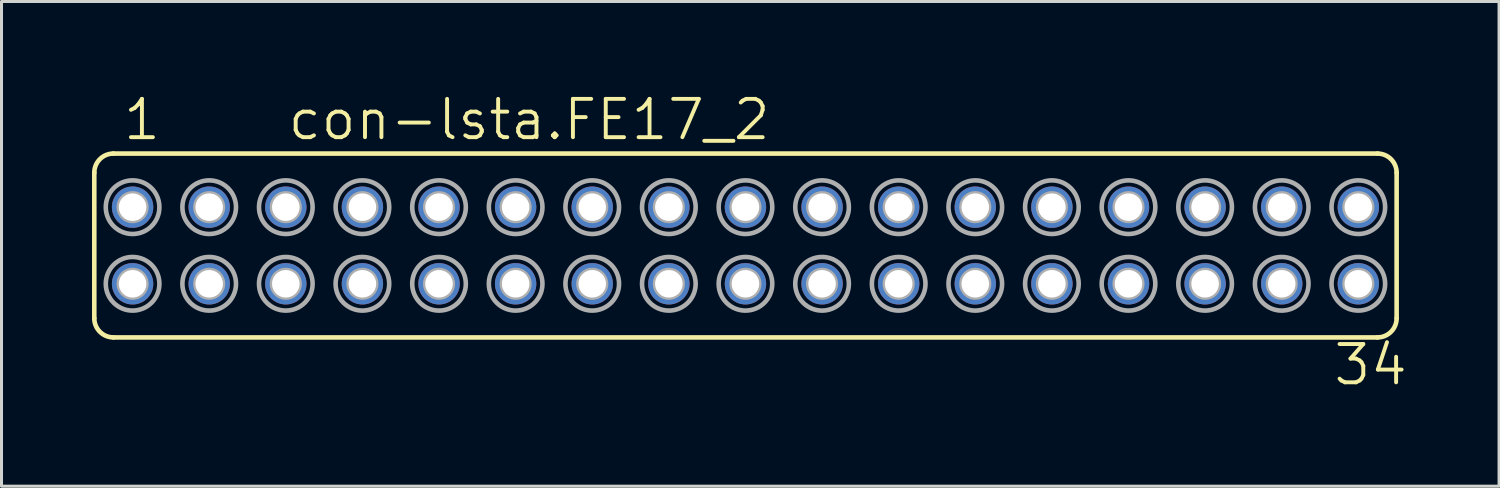
<source format=kicad_pcb>
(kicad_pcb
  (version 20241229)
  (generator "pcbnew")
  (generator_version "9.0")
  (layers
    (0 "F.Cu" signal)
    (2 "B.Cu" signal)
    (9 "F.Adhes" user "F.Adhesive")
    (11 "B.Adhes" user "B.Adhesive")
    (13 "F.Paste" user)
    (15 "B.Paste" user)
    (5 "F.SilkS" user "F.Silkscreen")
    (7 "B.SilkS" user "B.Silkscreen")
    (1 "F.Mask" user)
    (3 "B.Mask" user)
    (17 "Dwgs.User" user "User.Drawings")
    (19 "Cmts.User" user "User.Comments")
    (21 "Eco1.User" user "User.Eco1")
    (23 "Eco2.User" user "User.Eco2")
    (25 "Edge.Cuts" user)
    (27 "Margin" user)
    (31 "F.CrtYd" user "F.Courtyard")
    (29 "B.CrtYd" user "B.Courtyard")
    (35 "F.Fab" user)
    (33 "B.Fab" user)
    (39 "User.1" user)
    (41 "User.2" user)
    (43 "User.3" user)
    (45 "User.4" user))
  (footprint "con-lsta.FE17_2"
    (layer "F.Cu")
    (at 21.666 5.089)
    (property "Reference" "con-lsta.FE17_2" (at -15.24 -3.429 0) (layer "F.SilkS") (effects (font (size 1.27 1.27) (thickness 0.13)) (justify left bottom)))
    (attr through_hole)
    (fp_line (start -21.59 2.413) (end -21.59 -2.413) (stroke (width 0.152) (type default)) (layer "F.SilkS"))
    (fp_line (start -20.955 -3.048) (end 20.955 -3.048) (stroke (width 0.152) (type default)) (layer "F.SilkS"))
    (fp_line (start -20.955 3.048) (end 20.955 3.048) (stroke (width 0.152) (type default)) (layer "F.SilkS"))
    (fp_line (start 21.59 2.413) (end 21.59 -2.413) (stroke (width 0.152) (type default)) (layer "F.SilkS"))
    (fp_arc (start -21.59 -2.413) (mid -21.404013 -2.862013) (end -20.955 -3.048) (stroke (width 0.1524) (type default)) (layer "F.SilkS"))
    (fp_arc (start -20.955 3.048) (mid -21.404013 2.862013) (end -21.59 2.413) (stroke (width 0.1524) (type default)) (layer "F.SilkS"))
    (fp_arc (start 20.955 -3.048) (mid 21.404013 -2.862013) (end 21.59 -2.413) (stroke (width 0.1524) (type default)) (layer "F.SilkS"))
    (fp_arc (start 21.59 2.413) (mid 21.404013 2.862013) (end 20.955 3.048) (stroke (width 0.1524) (type default)) (layer "F.SilkS"))
    (fp_circle (center -20.32 -1.27) (end -20.193 -1.27) (stroke (width 0.406) (type default)) (fill no) (layer "F.Fab"))
    (fp_circle (center -20.32 -1.27) (end -19.431 -1.27) (stroke (width 0.152) (type default)) (fill no) (layer "F.Fab"))
    (fp_circle (center -20.32 1.27) (end -20.193 1.27) (stroke (width 0.406) (type default)) (fill no) (layer "F.Fab"))
    (fp_circle (center -20.32 1.27) (end -19.431 1.27) (stroke (width 0.152) (type default)) (fill no) (layer "F.Fab"))
    (fp_circle (center -17.78 -1.27) (end -17.653 -1.27) (stroke (width 0.406) (type default)) (fill no) (layer "F.Fab"))
    (fp_circle (center -17.78 -1.27) (end -16.891 -1.27) (stroke (width 0.152) (type default)) (fill no) (layer "F.Fab"))
    (fp_circle (center -17.78 1.27) (end -17.653 1.27) (stroke (width 0.406) (type default)) (fill no) (layer "F.Fab"))
    (fp_circle (center -17.78 1.27) (end -16.891 1.27) (stroke (width 0.152) (type default)) (fill no) (layer "F.Fab"))
    (fp_circle (center -15.24 -1.27) (end -15.113 -1.27) (stroke (width 0.406) (type default)) (fill no) (layer "F.Fab"))
    (fp_circle (center -15.24 -1.27) (end -14.351 -1.27) (stroke (width 0.152) (type default)) (fill no) (layer "F.Fab"))
    (fp_circle (center -15.24 1.27) (end -15.113 1.27) (stroke (width 0.406) (type default)) (fill no) (layer "F.Fab"))
    (fp_circle (center -15.24 1.27) (end -14.351 1.27) (stroke (width 0.152) (type default)) (fill no) (layer "F.Fab"))
    (fp_circle (center -12.7 -1.27) (end -12.573 -1.27) (stroke (width 0.406) (type default)) (fill no) (layer "F.Fab"))
    (fp_circle (center -12.7 -1.27) (end -11.811 -1.27) (stroke (width 0.152) (type default)) (fill no) (layer "F.Fab"))
    (fp_circle (center -12.7 1.27) (end -12.573 1.27) (stroke (width 0.406) (type default)) (fill no) (layer "F.Fab"))
    (fp_circle (center -12.7 1.27) (end -11.811 1.27) (stroke (width 0.152) (type default)) (fill no) (layer "F.Fab"))
    (fp_circle (center -10.16 -1.27) (end -10.033 -1.27) (stroke (width 0.406) (type default)) (fill no) (layer "F.Fab"))
    (fp_circle (center -10.16 -1.27) (end -9.271 -1.27) (stroke (width 0.152) (type default)) (fill no) (layer "F.Fab"))
    (fp_circle (center -10.16 1.27) (end -10.033 1.27) (stroke (width 0.406) (type default)) (fill no) (layer "F.Fab"))
    (fp_circle (center -10.16 1.27) (end -9.271 1.27) (stroke (width 0.152) (type default)) (fill no) (layer "F.Fab"))
    (fp_circle (center -7.62 -1.27) (end -7.493 -1.27) (stroke (width 0.406) (type default)) (fill no) (layer "F.Fab"))
    (fp_circle (center -7.62 -1.27) (end -6.731 -1.27) (stroke (width 0.152) (type default)) (fill no) (layer "F.Fab"))
    (fp_circle (center -7.62 1.27) (end -7.493 1.27) (stroke (width 0.406) (type default)) (fill no) (layer "F.Fab"))
    (fp_circle (center -7.62 1.27) (end -6.731 1.27) (stroke (width 0.152) (type default)) (fill no) (layer "F.Fab"))
    (fp_circle (center -5.08 -1.27) (end -4.953 -1.27) (stroke (width 0.406) (type default)) (fill no) (layer "F.Fab"))
    (fp_circle (center -5.08 -1.27) (end -4.191 -1.27) (stroke (width 0.152) (type default)) (fill no) (layer "F.Fab"))
    (fp_circle (center -5.08 1.27) (end -4.953 1.27) (stroke (width 0.406) (type default)) (fill no) (layer "F.Fab"))
    (fp_circle (center -5.08 1.27) (end -4.191 1.27) (stroke (width 0.152) (type default)) (fill no) (layer "F.Fab"))
    (fp_circle (center -2.54 -1.27) (end -2.413 -1.27) (stroke (width 0.406) (type default)) (fill no) (layer "F.Fab"))
    (fp_circle (center -2.54 -1.27) (end -1.651 -1.27) (stroke (width 0.152) (type default)) (fill no) (layer "F.Fab"))
    (fp_circle (center -2.54 1.27) (end -2.413 1.27) (stroke (width 0.406) (type default)) (fill no) (layer "F.Fab"))
    (fp_circle (center -2.54 1.27) (end -1.651 1.27) (stroke (width 0.152) (type default)) (fill no) (layer "F.Fab"))
    (fp_circle (center 0 -1.27) (end 0.127 -1.27) (stroke (width 0.406) (type default)) (fill no) (layer "F.Fab"))
    (fp_circle (center 0 -1.27) (end 0.889 -1.27) (stroke (width 0.152) (type default)) (fill no) (layer "F.Fab"))
    (fp_circle (center 0 1.27) (end 0.127 1.27) (stroke (width 0.406) (type default)) (fill no) (layer "F.Fab"))
    (fp_circle (center 0 1.27) (end 0.889 1.27) (stroke (width 0.152) (type default)) (fill no) (layer "F.Fab"))
    (fp_circle (center 2.54 -1.27) (end 2.667 -1.27) (stroke (width 0.406) (type default)) (fill no) (layer "F.Fab"))
    (fp_circle (center 2.54 -1.27) (end 3.429 -1.27) (stroke (width 0.152) (type default)) (fill no) (layer "F.Fab"))
    (fp_circle (center 2.54 1.27) (end 2.667 1.27) (stroke (width 0.406) (type default)) (fill no) (layer "F.Fab"))
    (fp_circle (center 2.54 1.27) (end 3.429 1.27) (stroke (width 0.152) (type default)) (fill no) (layer "F.Fab"))
    (fp_circle (center 5.08 -1.27) (end 5.207 -1.27) (stroke (width 0.406) (type default)) (fill no) (layer "F.Fab"))
    (fp_circle (center 5.08 -1.27) (end 5.969 -1.27) (stroke (width 0.152) (type default)) (fill no) (layer "F.Fab"))
    (fp_circle (center 5.08 1.27) (end 5.207 1.27) (stroke (width 0.406) (type default)) (fill no) (layer "F.Fab"))
    (fp_circle (center 5.08 1.27) (end 5.969 1.27) (stroke (width 0.152) (type default)) (fill no) (layer "F.Fab"))
    (fp_circle (center 7.62 -1.27) (end 7.747 -1.27) (stroke (width 0.406) (type default)) (fill no) (layer "F.Fab"))
    (fp_circle (center 7.62 -1.27) (end 8.509 -1.27) (stroke (width 0.152) (type default)) (fill no) (layer "F.Fab"))
    (fp_circle (center 7.62 1.27) (end 7.747 1.27) (stroke (width 0.406) (type default)) (fill no) (layer "F.Fab"))
    (fp_circle (center 7.62 1.27) (end 8.509 1.27) (stroke (width 0.152) (type default)) (fill no) (layer "F.Fab"))
    (fp_circle (center 10.16 -1.27) (end 10.287 -1.27) (stroke (width 0.406) (type default)) (fill no) (layer "F.Fab"))
    (fp_circle (center 10.16 -1.27) (end 11.049 -1.27) (stroke (width 0.152) (type default)) (fill no) (layer "F.Fab"))
    (fp_circle (center 10.16 1.27) (end 10.287 1.27) (stroke (width 0.406) (type default)) (fill no) (layer "F.Fab"))
    (fp_circle (center 10.16 1.27) (end 11.049 1.27) (stroke (width 0.152) (type default)) (fill no) (layer "F.Fab"))
    (fp_circle (center 12.7 -1.27) (end 12.827 -1.27) (stroke (width 0.406) (type default)) (fill no) (layer "F.Fab"))
    (fp_circle (center 12.7 -1.27) (end 13.589 -1.27) (stroke (width 0.152) (type default)) (fill no) (layer "F.Fab"))
    (fp_circle (center 12.7 1.27) (end 12.827 1.27) (stroke (width 0.406) (type default)) (fill no) (layer "F.Fab"))
    (fp_circle (center 12.7 1.27) (end 13.589 1.27) (stroke (width 0.152) (type default)) (fill no) (layer "F.Fab"))
    (fp_circle (center 15.24 -1.27) (end 15.367 -1.27) (stroke (width 0.406) (type default)) (fill no) (layer "F.Fab"))
    (fp_circle (center 15.24 -1.27) (end 16.129 -1.27) (stroke (width 0.152) (type default)) (fill no) (layer "F.Fab"))
    (fp_circle (center 15.24 1.27) (end 15.367 1.27) (stroke (width 0.406) (type default)) (fill no) (layer "F.Fab"))
    (fp_circle (center 15.24 1.27) (end 16.129 1.27) (stroke (width 0.152) (type default)) (fill no) (layer "F.Fab"))
    (fp_circle (center 17.78 -1.27) (end 17.907 -1.27) (stroke (width 0.406) (type default)) (fill no) (layer "F.Fab"))
    (fp_circle (center 17.78 -1.27) (end 18.669 -1.27) (stroke (width 0.152) (type default)) (fill no) (layer "F.Fab"))
    (fp_circle (center 17.78 1.27) (end 17.907 1.27) (stroke (width 0.406) (type default)) (fill no) (layer "F.Fab"))
    (fp_circle (center 17.78 1.27) (end 18.669 1.27) (stroke (width 0.152) (type default)) (fill no) (layer "F.Fab"))
    (fp_circle (center 20.32 -1.27) (end 20.447 -1.27) (stroke (width 0.406) (type default)) (fill no) (layer "F.Fab"))
    (fp_circle (center 20.32 -1.27) (end 21.209 -1.27) (stroke (width 0.152) (type default)) (fill no) (layer "F.Fab"))
    (fp_circle (center 20.32 1.27) (end 20.447 1.27) (stroke (width 0.406) (type default)) (fill no) (layer "F.Fab"))
    (fp_circle (center 20.32 1.27) (end 21.209 1.27) (stroke (width 0.152) (type default)) (fill no) (layer "F.Fab"))
    (fp_text user "34" (at 19.431 4.699 0) (layer "F.SilkS") (effects (font (size 1.27 1.27) (thickness 0.13)) (justify left bottom)))
    (fp_text user "1" (at -20.701 -3.429 0) (layer "F.SilkS") (effects (font (size 1.27 1.27) (thickness 0.13)) (justify left bottom)))
    (pad "1" thru_hole circle (at -20.32 -1.27) (size 1.372 1.372) (drill 0.914) (layers "*.Cu" "*.Mask"))
    (pad "2" thru_hole circle (at -20.32 1.27) (size 1.372 1.372) (drill 0.914) (layers "*.Cu" "*.Mask"))
    (pad "3" thru_hole circle (at -17.78 -1.27) (size 1.372 1.372) (drill 0.914) (layers "*.Cu" "*.Mask"))
    (pad "4" thru_hole circle (at -17.78 1.27) (size 1.372 1.372) (drill 0.914) (layers "*.Cu" "*.Mask"))
    (pad "5" thru_hole circle (at -15.24 -1.27) (size 1.372 1.372) (drill 0.914) (layers "*.Cu" "*.Mask"))
    (pad "6" thru_hole circle (at -15.24 1.27) (size 1.372 1.372) (drill 0.914) (layers "*.Cu" "*.Mask"))
    (pad "7" thru_hole circle (at -12.7 -1.27) (size 1.372 1.372) (drill 0.914) (layers "*.Cu" "*.Mask"))
    (pad "8" thru_hole circle (at -12.7 1.27) (size 1.372 1.372) (drill 0.914) (layers "*.Cu" "*.Mask"))
    (pad "9" thru_hole circle (at -10.16 -1.27) (size 1.372 1.372) (drill 0.914) (layers "*.Cu" "*.Mask"))
    (pad "10" thru_hole circle (at -10.16 1.27) (size 1.372 1.372) (drill 0.914) (layers "*.Cu" "*.Mask"))
    (pad "11" thru_hole circle (at -7.62 -1.27) (size 1.372 1.372) (drill 0.914) (layers "*.Cu" "*.Mask"))
    (pad "12" thru_hole circle (at -7.62 1.27) (size 1.372 1.372) (drill 0.914) (layers "*.Cu" "*.Mask"))
    (pad "13" thru_hole circle (at -5.08 -1.27) (size 1.372 1.372) (drill 0.914) (layers "*.Cu" "*.Mask"))
    (pad "14" thru_hole circle (at -5.08 1.27) (size 1.372 1.372) (drill 0.914) (layers "*.Cu" "*.Mask"))
    (pad "15" thru_hole circle (at -2.54 -1.27) (size 1.372 1.372) (drill 0.914) (layers "*.Cu" "*.Mask"))
    (pad "16" thru_hole circle (at -2.54 1.27) (size 1.372 1.372) (drill 0.914) (layers "*.Cu" "*.Mask"))
    (pad "17" thru_hole circle (at 0 -1.27) (size 1.372 1.372) (drill 0.914) (layers "*.Cu" "*.Mask"))
    (pad "18" thru_hole circle (at 0 1.27) (size 1.372 1.372) (drill 0.914) (layers "*.Cu" "*.Mask"))
    (pad "19" thru_hole circle (at 2.54 -1.27) (size 1.372 1.372) (drill 0.914) (layers "*.Cu" "*.Mask"))
    (pad "20" thru_hole circle (at 2.54 1.27) (size 1.372 1.372) (drill 0.914) (layers "*.Cu" "*.Mask"))
    (pad "21" thru_hole circle (at 5.08 -1.27) (size 1.372 1.372) (drill 0.914) (layers "*.Cu" "*.Mask"))
    (pad "22" thru_hole circle (at 5.08 1.27) (size 1.372 1.372) (drill 0.914) (layers "*.Cu" "*.Mask"))
    (pad "23" thru_hole circle (at 7.62 -1.27) (size 1.372 1.372) (drill 0.914) (layers "*.Cu" "*.Mask"))
    (pad "24" thru_hole circle (at 7.62 1.27) (size 1.372 1.372) (drill 0.914) (layers "*.Cu" "*.Mask"))
    (pad "25" thru_hole circle (at 10.16 -1.27) (size 1.372 1.372) (drill 0.914) (layers "*.Cu" "*.Mask"))
    (pad "26" thru_hole circle (at 10.16 1.27) (size 1.372 1.372) (drill 0.914) (layers "*.Cu" "*.Mask"))
    (pad "27" thru_hole circle (at 12.7 -1.27) (size 1.372 1.372) (drill 0.914) (layers "*.Cu" "*.Mask"))
    (pad "28" thru_hole circle (at 12.7 1.27) (size 1.372 1.372) (drill 0.914) (layers "*.Cu" "*.Mask"))
    (pad "29" thru_hole circle (at 15.24 -1.27) (size 1.372 1.372) (drill 0.914) (layers "*.Cu" "*.Mask"))
    (pad "30" thru_hole circle (at 15.24 1.27) (size 1.372 1.372) (drill 0.914) (layers "*.Cu" "*.Mask"))
    (pad "31" thru_hole circle (at 17.78 -1.27) (size 1.372 1.372) (drill 0.914) (layers "*.Cu" "*.Mask"))
    (pad "32" thru_hole circle (at 17.78 1.27) (size 1.372 1.372) (drill 0.914) (layers "*.Cu" "*.Mask"))
    (pad "33" thru_hole circle (at 20.32 -1.27) (size 1.372 1.372) (drill 0.914) (layers "*.Cu" "*.Mask"))
    (pad "34" thru_hole circle (at 20.32 1.27) (size 1.372 1.372) (drill 0.914) (layers "*.Cu" "*.Mask")))
  (gr_rect
    (start -3 -3)
    (end 46.652 13.07)
    (stroke (width 0.1) (type default))
    (fill no)
    (layer "Edge.Cuts")))
</source>
